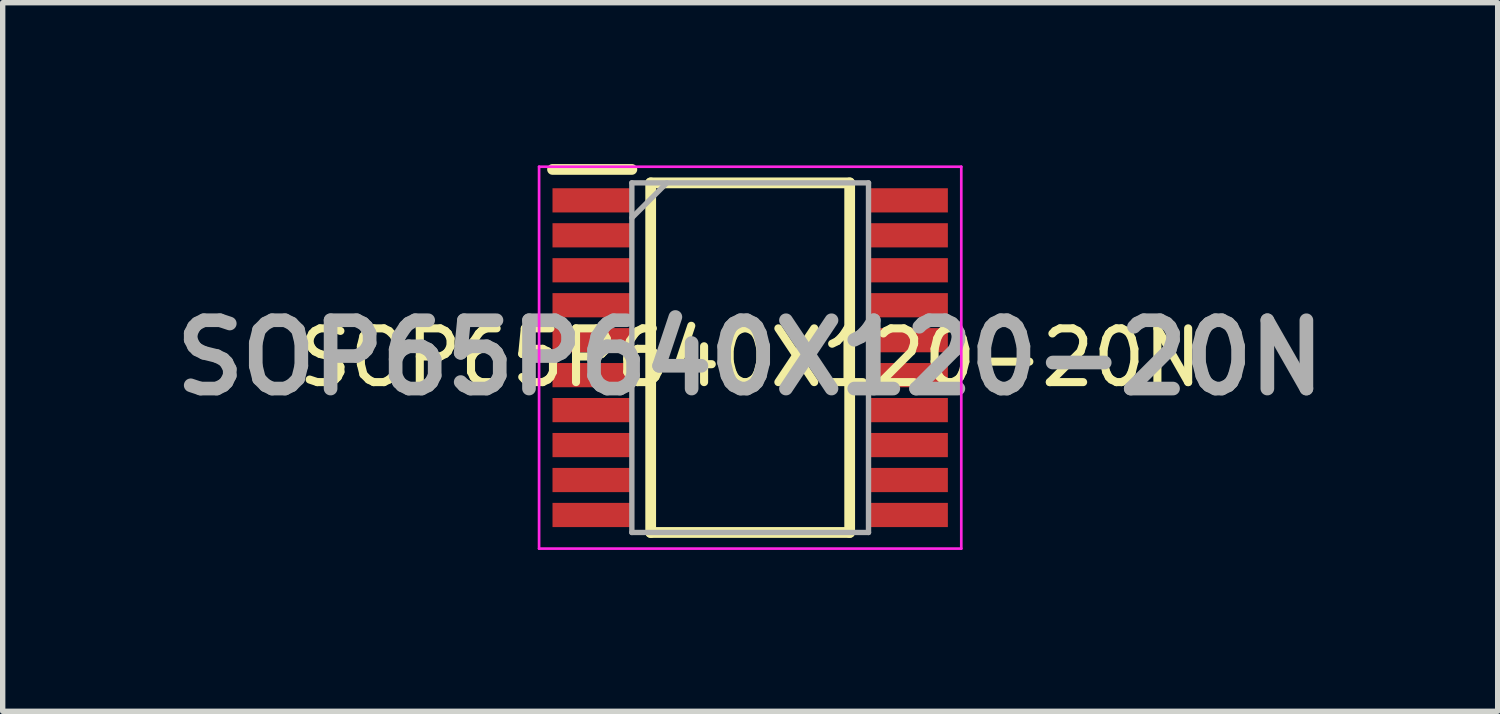
<source format=kicad_pcb>
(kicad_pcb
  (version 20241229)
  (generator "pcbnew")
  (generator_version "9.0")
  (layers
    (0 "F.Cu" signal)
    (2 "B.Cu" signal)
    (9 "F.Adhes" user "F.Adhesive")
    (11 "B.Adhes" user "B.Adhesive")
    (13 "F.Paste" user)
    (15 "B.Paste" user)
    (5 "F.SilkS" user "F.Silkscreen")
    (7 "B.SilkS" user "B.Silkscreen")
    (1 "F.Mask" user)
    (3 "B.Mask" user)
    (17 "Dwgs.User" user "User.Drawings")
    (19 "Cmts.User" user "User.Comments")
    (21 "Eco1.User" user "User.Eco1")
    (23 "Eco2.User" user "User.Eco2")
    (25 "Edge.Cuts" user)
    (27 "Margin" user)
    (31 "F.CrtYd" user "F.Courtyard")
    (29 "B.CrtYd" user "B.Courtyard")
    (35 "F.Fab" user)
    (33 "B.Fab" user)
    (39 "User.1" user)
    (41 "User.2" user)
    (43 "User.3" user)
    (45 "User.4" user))
  (footprint "SOP65P640X120-20N"
    (layer "F.Cu")
    (at 10.898 3.6)
    (property "Reference" "SOP65P640X120-20N" (at 0 0 0) (layer "F.SilkS") (effects (font (size 1 1) (thickness 0.15) (bold yes))))
    (attr smd)
    (fp_line (start -3.675 -3.5) (end -2.2 -3.5) (stroke (width 0.2) (type solid)) (layer "F.SilkS"))
    (fp_line (start -1.85 -3.25) (end 1.85 -3.25) (stroke (width 0.2) (type solid)) (layer "F.SilkS"))
    (fp_line (start -1.85 3.25) (end -1.85 -3.25) (stroke (width 0.2) (type solid)) (layer "F.SilkS"))
    (fp_line (start 1.85 -3.25) (end 1.85 3.25) (stroke (width 0.2) (type solid)) (layer "F.SilkS"))
    (fp_line (start 1.85 3.25) (end -1.85 3.25) (stroke (width 0.2) (type solid)) (layer "F.SilkS"))
    (fp_line (start -3.925 -3.55) (end 3.925 -3.55) (stroke (width 0.05) (type solid)) (layer "F.CrtYd"))
    (fp_line (start -3.925 3.55) (end -3.925 -3.55) (stroke (width 0.05) (type solid)) (layer "F.CrtYd"))
    (fp_line (start 3.925 -3.55) (end 3.925 3.55) (stroke (width 0.05) (type solid)) (layer "F.CrtYd"))
    (fp_line (start 3.925 3.55) (end -3.925 3.55) (stroke (width 0.05) (type solid)) (layer "F.CrtYd"))
    (fp_line (start -2.2 -3.25) (end 2.2 -3.25) (stroke (width 0.1) (type solid)) (layer "F.Fab"))
    (fp_line (start -2.2 -2.6) (end -1.55 -3.25) (stroke (width 0.1) (type solid)) (layer "F.Fab"))
    (fp_line (start -2.2 3.25) (end -2.2 -3.25) (stroke (width 0.1) (type solid)) (layer "F.Fab"))
    (fp_line (start 2.2 -3.25) (end 2.2 3.25) (stroke (width 0.1) (type solid)) (layer "F.Fab"))
    (fp_line (start 2.2 3.25) (end -2.2 3.25) (stroke (width 0.1) (type solid)) (layer "F.Fab"))
    (fp_text user "${REFERENCE}" (at 0 0 0) (layer "F.Fab") (effects (font (size 1.27 1.27) (thickness 0.254))))
    (pad "1" smd rect (at -2.938 -2.925 90) (size 0.45 1.475) (layers "F.Cu" "F.Mask" "F.Paste"))
    (pad "2" smd rect (at -2.938 -2.275 90) (size 0.45 1.475) (layers "F.Cu" "F.Mask" "F.Paste"))
    (pad "3" smd rect (at -2.938 -1.625 90) (size 0.45 1.475) (layers "F.Cu" "F.Mask" "F.Paste"))
    (pad "4" smd rect (at -2.938 -0.975 90) (size 0.45 1.475) (layers "F.Cu" "F.Mask" "F.Paste"))
    (pad "5" smd rect (at -2.938 -0.325 90) (size 0.45 1.475) (layers "F.Cu" "F.Mask" "F.Paste"))
    (pad "6" smd rect (at -2.938 0.325 90) (size 0.45 1.475) (layers "F.Cu" "F.Mask" "F.Paste"))
    (pad "7" smd rect (at -2.938 0.975 90) (size 0.45 1.475) (layers "F.Cu" "F.Mask" "F.Paste"))
    (pad "8" smd rect (at -2.938 1.625 90) (size 0.45 1.475) (layers "F.Cu" "F.Mask" "F.Paste"))
    (pad "9" smd rect (at -2.938 2.275 90) (size 0.45 1.475) (layers "F.Cu" "F.Mask" "F.Paste"))
    (pad "10" smd rect (at -2.938 2.925 90) (size 0.45 1.475) (layers "F.Cu" "F.Mask" "F.Paste"))
    (pad "11" smd rect (at 2.938 2.925 90) (size 0.45 1.475) (layers "F.Cu" "F.Mask" "F.Paste"))
    (pad "12" smd rect (at 2.938 2.275 90) (size 0.45 1.475) (layers "F.Cu" "F.Mask" "F.Paste"))
    (pad "13" smd rect (at 2.938 1.625 90) (size 0.45 1.475) (layers "F.Cu" "F.Mask" "F.Paste"))
    (pad "14" smd rect (at 2.938 0.975 90) (size 0.45 1.475) (layers "F.Cu" "F.Mask" "F.Paste"))
    (pad "15" smd rect (at 2.938 0.325 90) (size 0.45 1.475) (layers "F.Cu" "F.Mask" "F.Paste"))
    (pad "16" smd rect (at 2.938 -0.325 90) (size 0.45 1.475) (layers "F.Cu" "F.Mask" "F.Paste"))
    (pad "17" smd rect (at 2.938 -0.975 90) (size 0.45 1.475) (layers "F.Cu" "F.Mask" "F.Paste"))
    (pad "18" smd rect (at 2.938 -1.625 90) (size 0.45 1.475) (layers "F.Cu" "F.Mask" "F.Paste"))
    (pad "19" smd rect (at 2.938 -2.275 90) (size 0.45 1.475) (layers "F.Cu" "F.Mask" "F.Paste"))
    (pad "20" smd rect (at 2.938 -2.925 90) (size 0.45 1.475) (layers "F.Cu" "F.Mask" "F.Paste")))
  (gr_rect
    (start -3 -3)
    (end 24.796 10.175)
    (stroke (width 0.1) (type default))
    (fill no)
    (layer "Edge.Cuts")))
</source>
